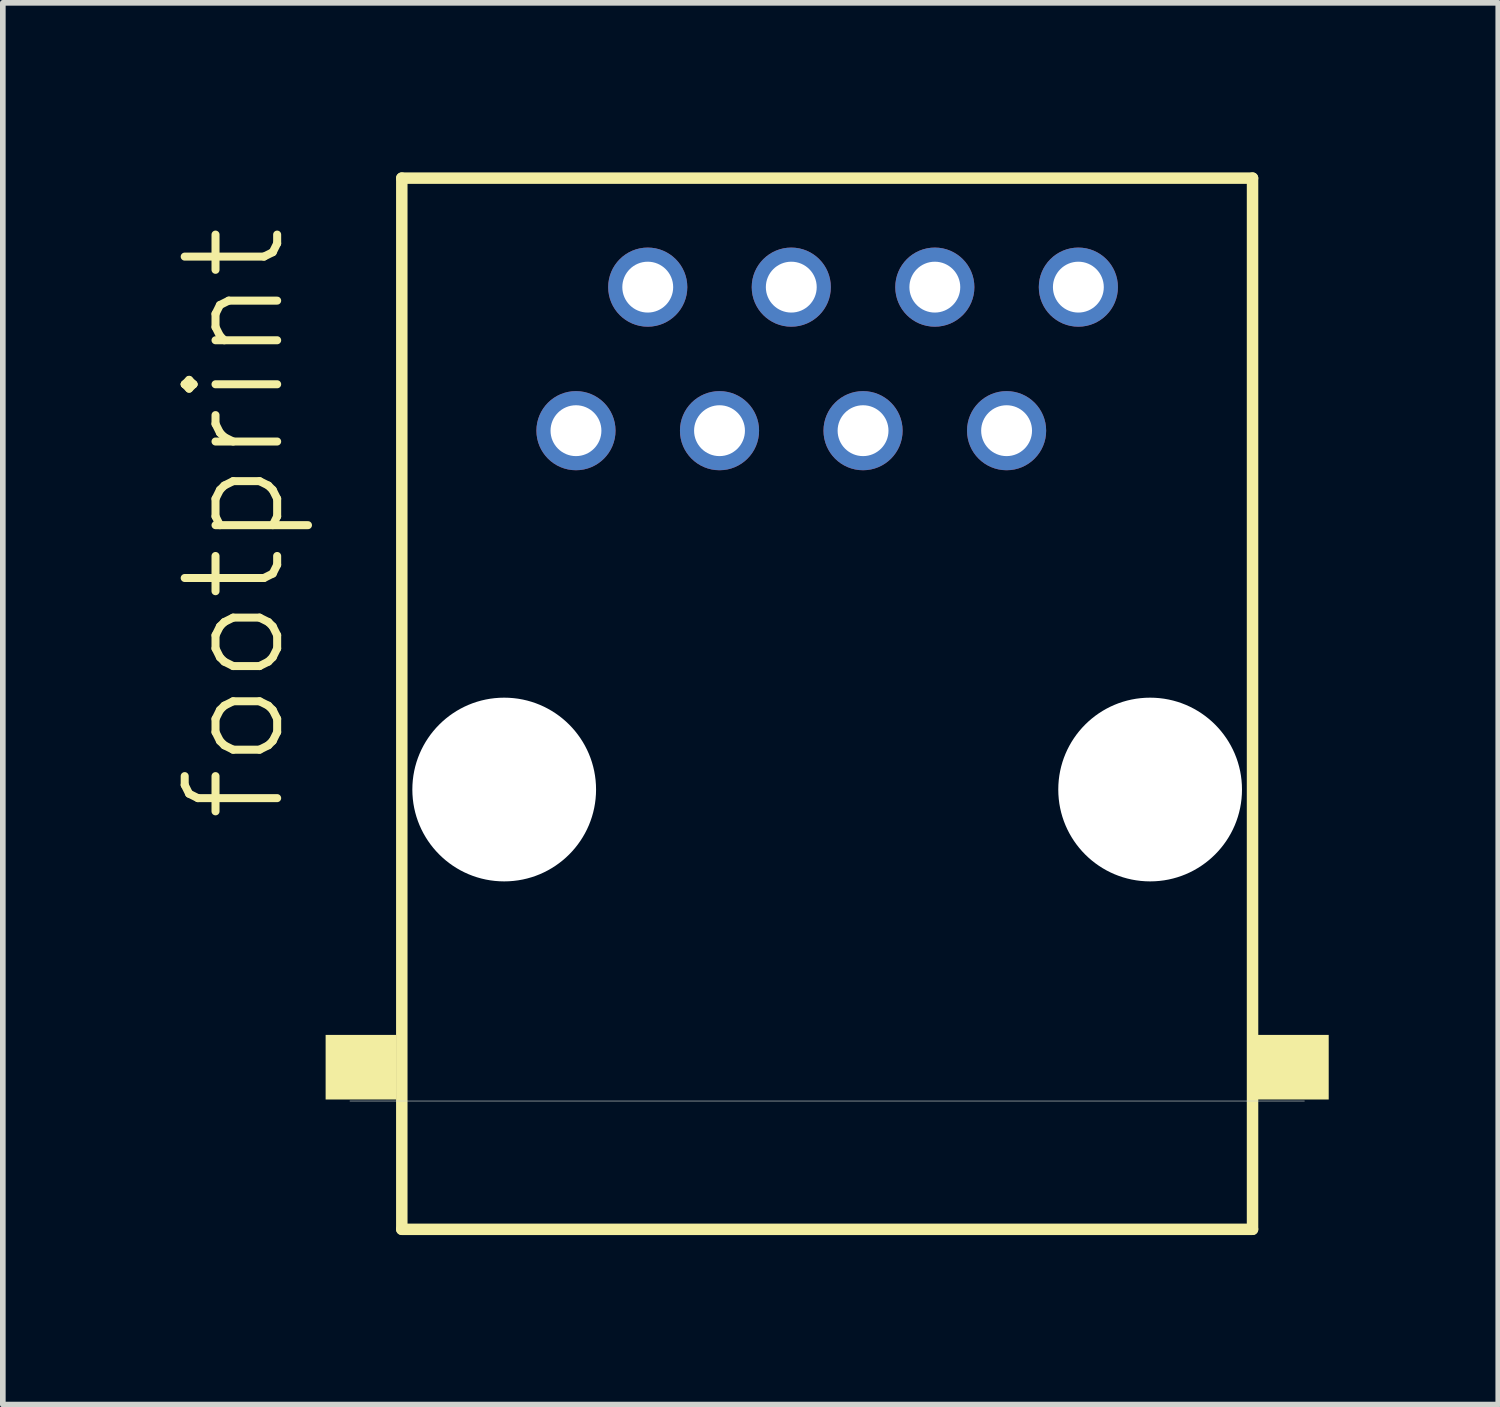
<source format=kicad_pcb>
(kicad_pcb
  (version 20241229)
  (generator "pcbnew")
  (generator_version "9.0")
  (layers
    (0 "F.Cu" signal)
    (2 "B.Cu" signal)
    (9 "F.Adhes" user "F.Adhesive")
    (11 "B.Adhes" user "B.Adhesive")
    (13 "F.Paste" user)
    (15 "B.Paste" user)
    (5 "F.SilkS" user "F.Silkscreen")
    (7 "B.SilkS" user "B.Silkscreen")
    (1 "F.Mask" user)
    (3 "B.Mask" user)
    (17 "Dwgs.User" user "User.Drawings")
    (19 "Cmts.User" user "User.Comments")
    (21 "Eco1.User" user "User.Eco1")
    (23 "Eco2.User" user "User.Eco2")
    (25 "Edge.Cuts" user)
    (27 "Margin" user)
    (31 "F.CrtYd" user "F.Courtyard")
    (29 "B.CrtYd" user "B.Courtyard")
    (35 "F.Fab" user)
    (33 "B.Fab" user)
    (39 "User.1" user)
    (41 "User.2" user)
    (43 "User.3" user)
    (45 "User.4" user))
  (footprint "footprint"
    (layer "F.Cu")
    (at 11.587 10.921)
    (property "Reference" "footprint" (at -9.525 0.635 90) (layer "F.SilkS") (effects (font (size 1.636 1.636) (thickness 0.142)) (justify left bottom)))
    (fp_line (start -7.527 -10.819) (end 7.527 -10.819) (stroke (width 0.203) (type solid)) (layer "F.SilkS"))
    (fp_line (start -7.527 7.782) (end -7.527 -10.819) (stroke (width 0.203) (type solid)) (layer "F.SilkS"))
    (fp_line (start 7.527 -10.819) (end 7.527 7.782) (stroke (width 0.203) (type solid)) (layer "F.SilkS"))
    (fp_line (start 7.527 7.782) (end -7.527 7.782) (stroke (width 0.203) (type solid)) (layer "F.SilkS"))
    (fp_poly (pts (xy -8.875 5.485) (xy -7.625 5.485) (xy -7.625 4.342) (xy -8.875 4.342)) (stroke (width 0) (type solid)) (fill yes) (layer "F.SilkS"))
    (fp_poly (pts (xy 7.6 5.485) (xy 8.875 5.485) (xy 8.875 4.342) (xy 7.6 4.342)) (stroke (width 0) (type solid)) (fill yes) (layer "F.SilkS"))
    (fp_line (start 8.445 5.512) (end -8.445 5.512) (stroke (width 0.01) (type solid)) (layer "Edge.Cuts"))
    (pad "" np_thru_hole circle (at -5.715 0) (size 3.251 3.251) (drill 3.251) (layers "*.Cu" "*.Mask"))
    (pad "" np_thru_hole circle (at 5.715 0) (size 3.251 3.251) (drill 3.251) (layers "*.Cu" "*.Mask"))
    (pad "1" thru_hole circle (at -4.445 -6.35) (size 1.4 1.4) (drill 0.9) (layers "*.Cu" "*.Mask"))
    (pad "2" thru_hole circle (at -3.175 -8.89) (size 1.4 1.4) (drill 0.9) (layers "*.Cu" "*.Mask"))
    (pad "3" thru_hole circle (at -1.905 -6.35) (size 1.4 1.4) (drill 0.9) (layers "*.Cu" "*.Mask"))
    (pad "4" thru_hole circle (at -0.635 -8.89) (size 1.4 1.4) (drill 0.9) (layers "*.Cu" "*.Mask"))
    (pad "5" thru_hole circle (at 0.635 -6.35) (size 1.4 1.4) (drill 0.9) (layers "*.Cu" "*.Mask"))
    (pad "6" thru_hole circle (at 1.905 -8.89) (size 1.4 1.4) (drill 0.9) (layers "*.Cu" "*.Mask"))
    (pad "7" thru_hole circle (at 3.175 -6.35) (size 1.4 1.4) (drill 0.9) (layers "*.Cu" "*.Mask"))
    (pad "8" thru_hole circle (at 4.445 -8.89) (size 1.4 1.4) (drill 0.9) (layers "*.Cu" "*.Mask")))
  (gr_rect
    (start -3 -3)
    (end 23.462 21.804)
    (stroke (width 0.1) (type default))
    (fill no)
    (layer "Edge.Cuts")))
</source>
